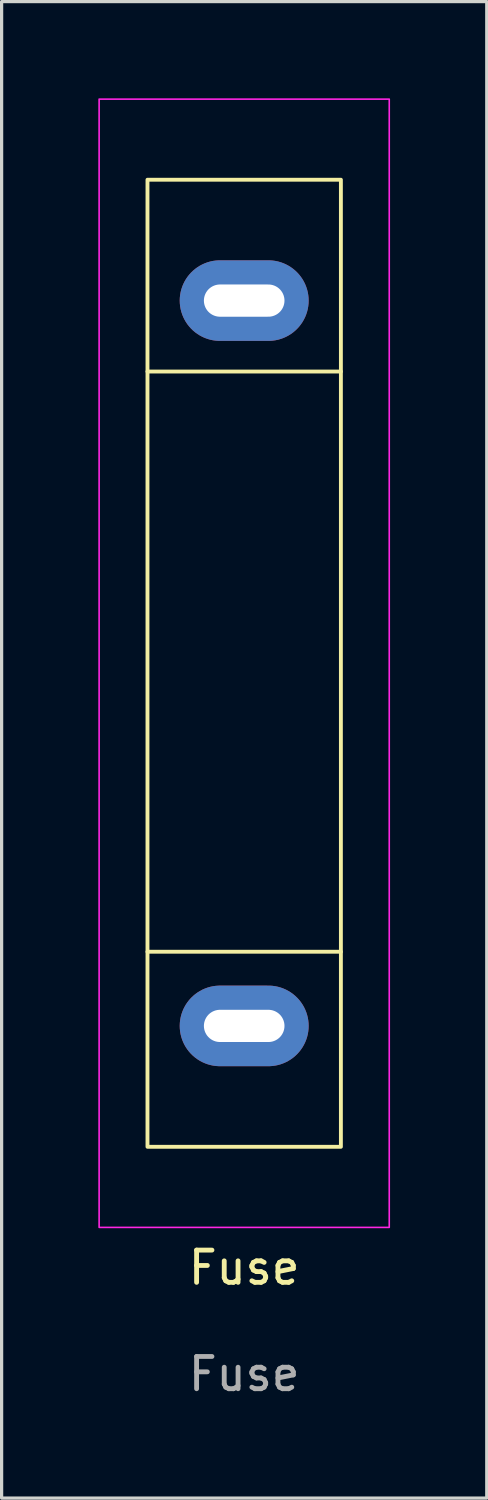
<source format=kicad_pcb>
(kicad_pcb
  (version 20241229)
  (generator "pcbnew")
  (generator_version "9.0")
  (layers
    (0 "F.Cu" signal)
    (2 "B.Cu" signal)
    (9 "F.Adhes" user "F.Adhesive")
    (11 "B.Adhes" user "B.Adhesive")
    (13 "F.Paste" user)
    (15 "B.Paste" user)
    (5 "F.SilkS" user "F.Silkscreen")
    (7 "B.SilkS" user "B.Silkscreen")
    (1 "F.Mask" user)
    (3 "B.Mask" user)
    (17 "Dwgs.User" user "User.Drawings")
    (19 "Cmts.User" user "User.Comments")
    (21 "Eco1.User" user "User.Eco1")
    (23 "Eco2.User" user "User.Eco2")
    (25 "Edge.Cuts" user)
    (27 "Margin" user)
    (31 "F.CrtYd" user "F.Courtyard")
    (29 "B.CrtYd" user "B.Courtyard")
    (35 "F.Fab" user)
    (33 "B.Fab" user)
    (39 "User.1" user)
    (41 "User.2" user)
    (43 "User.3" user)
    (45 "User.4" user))
  (footprint "Fuse"
    (layer "F.Cu")
    (at 4.525 31.775)
    (property "Reference" "Fuse" (at 0 4.5 0) (unlocked yes) (layer "F.SilkS") (effects (font (size 1 1) (thickness 0.15))))
    (attr through_hole)
    (fp_line (start -3 -23.3) (end 3 -23.3) (stroke (width 0.12) (type default)) (layer "F.SilkS"))
    (fp_line (start -3 -5.3) (end 3 -5.3) (stroke (width 0.12) (type default)) (layer "F.SilkS"))
    (fp_rect (start -3 -29.25) (end 3 0.75) (stroke (width 0.12) (type default)) (fill no) (layer "F.SilkS"))
    (fp_rect (start -4.5 3.25) (end 4.5 -31.75) (stroke (width 0.05) (type default)) (fill no) (layer "F.CrtYd"))
    (fp_text user "${REFERENCE}" (at 0 7.8 0) (unlocked yes) (layer "F.Fab") (effects (font (size 1 1) (thickness 0.15))))
    (pad "1" thru_hole oval (at 0 -3) (size 4 2.5) (drill oval 2.5 1) (layers "*.Cu" "*.Mask"))
    (pad "2" thru_hole oval (at 0 -25.5) (size 4 2.5) (drill oval 2.5 1) (layers "*.Cu" "*.Mask")))
  (gr_rect
    (start -3 -3)
    (end 12.05 43.423)
    (stroke (width 0.1) (type default))
    (fill no)
    (layer "Edge.Cuts")))
</source>
